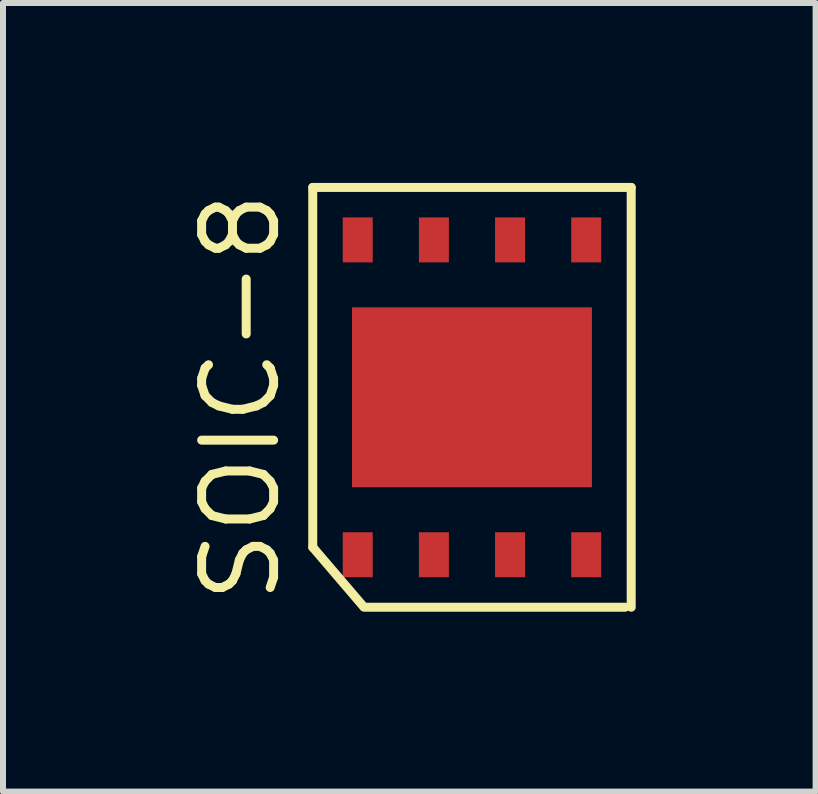
<source format=kicad_pcb>
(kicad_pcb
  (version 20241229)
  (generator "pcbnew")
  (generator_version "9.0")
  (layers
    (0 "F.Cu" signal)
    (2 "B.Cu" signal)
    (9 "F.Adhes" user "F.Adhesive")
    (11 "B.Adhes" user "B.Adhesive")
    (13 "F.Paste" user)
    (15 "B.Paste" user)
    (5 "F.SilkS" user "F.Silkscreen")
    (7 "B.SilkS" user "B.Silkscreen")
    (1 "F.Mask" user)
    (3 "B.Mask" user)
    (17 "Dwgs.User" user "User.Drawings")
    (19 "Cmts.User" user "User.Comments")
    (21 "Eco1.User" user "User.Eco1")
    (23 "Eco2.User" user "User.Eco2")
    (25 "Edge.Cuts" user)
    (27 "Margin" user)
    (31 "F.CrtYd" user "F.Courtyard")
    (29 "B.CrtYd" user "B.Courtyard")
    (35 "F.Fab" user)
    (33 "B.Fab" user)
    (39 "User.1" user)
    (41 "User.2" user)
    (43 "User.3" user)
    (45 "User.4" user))
  (footprint "SOIC-8"
    (layer "F.Cu")
    (at 4.82 3.575)
    (property "Reference" "SOIC-8" (at -3.855 0 90) (layer "F.SilkS") (effects (font (size 1.2 1.2) (thickness 0.15))))
    (attr through_hole)
    (fp_line (start -2.655 -3.5) (end -2.655 2.5) (stroke (width 0.15) (type solid)) (layer "F.SilkS"))
    (fp_line (start -2.655 -3.5) (end 2.655 -3.5) (stroke (width 0.15) (type solid)) (layer "F.SilkS"))
    (fp_line (start -1.8 3.5) (end -2.655 2.5) (stroke (width 0.15) (type solid)) (layer "F.SilkS"))
    (fp_line (start 2.555 3.5) (end -1.755 3.5) (stroke (width 0.15) (type solid)) (layer "F.SilkS"))
    (fp_line (start 2.655 3.5) (end 2.655 -3.5) (stroke (width 0.15) (type solid)) (layer "F.SilkS"))
    (pad "1" smd rect (at -1.905 2.625) (size 0.5 0.75) (layers "F.Cu" "F.Mask" "F.Paste"))
    (pad "2" smd rect (at -0.635 2.625) (size 0.5 0.75) (layers "F.Cu" "F.Mask" "F.Paste"))
    (pad "3" smd rect (at 0.635 2.625) (size 0.5 0.75) (layers "F.Cu" "F.Mask" "F.Paste"))
    (pad "4" smd rect (at 1.905 2.625) (size 0.5 0.75) (layers "F.Cu" "F.Mask" "F.Paste"))
    (pad "5" smd rect (at 1.905 -2.625) (size 0.5 0.75) (layers "F.Cu" "F.Mask" "F.Paste"))
    (pad "6" smd rect (at 0.635 -2.625) (size 0.5 0.75) (layers "F.Cu" "F.Mask" "F.Paste"))
    (pad "7" smd rect (at -0.635 -2.625) (size 0.5 0.75) (layers "F.Cu" "F.Mask" "F.Paste"))
    (pad "8" smd rect (at -1.905 -2.625) (size 0.5 0.75) (layers "F.Cu" "F.Mask" "F.Paste"))
    (pad "9" smd rect (at 0 0) (size 4 3) (layers "F.Cu" "F.Mask" "F.Paste")))
  (gr_rect
    (start -3 -3)
    (end 10.55 10.15)
    (stroke (width 0.1) (type default))
    (fill no)
    (layer "Edge.Cuts")))
</source>
